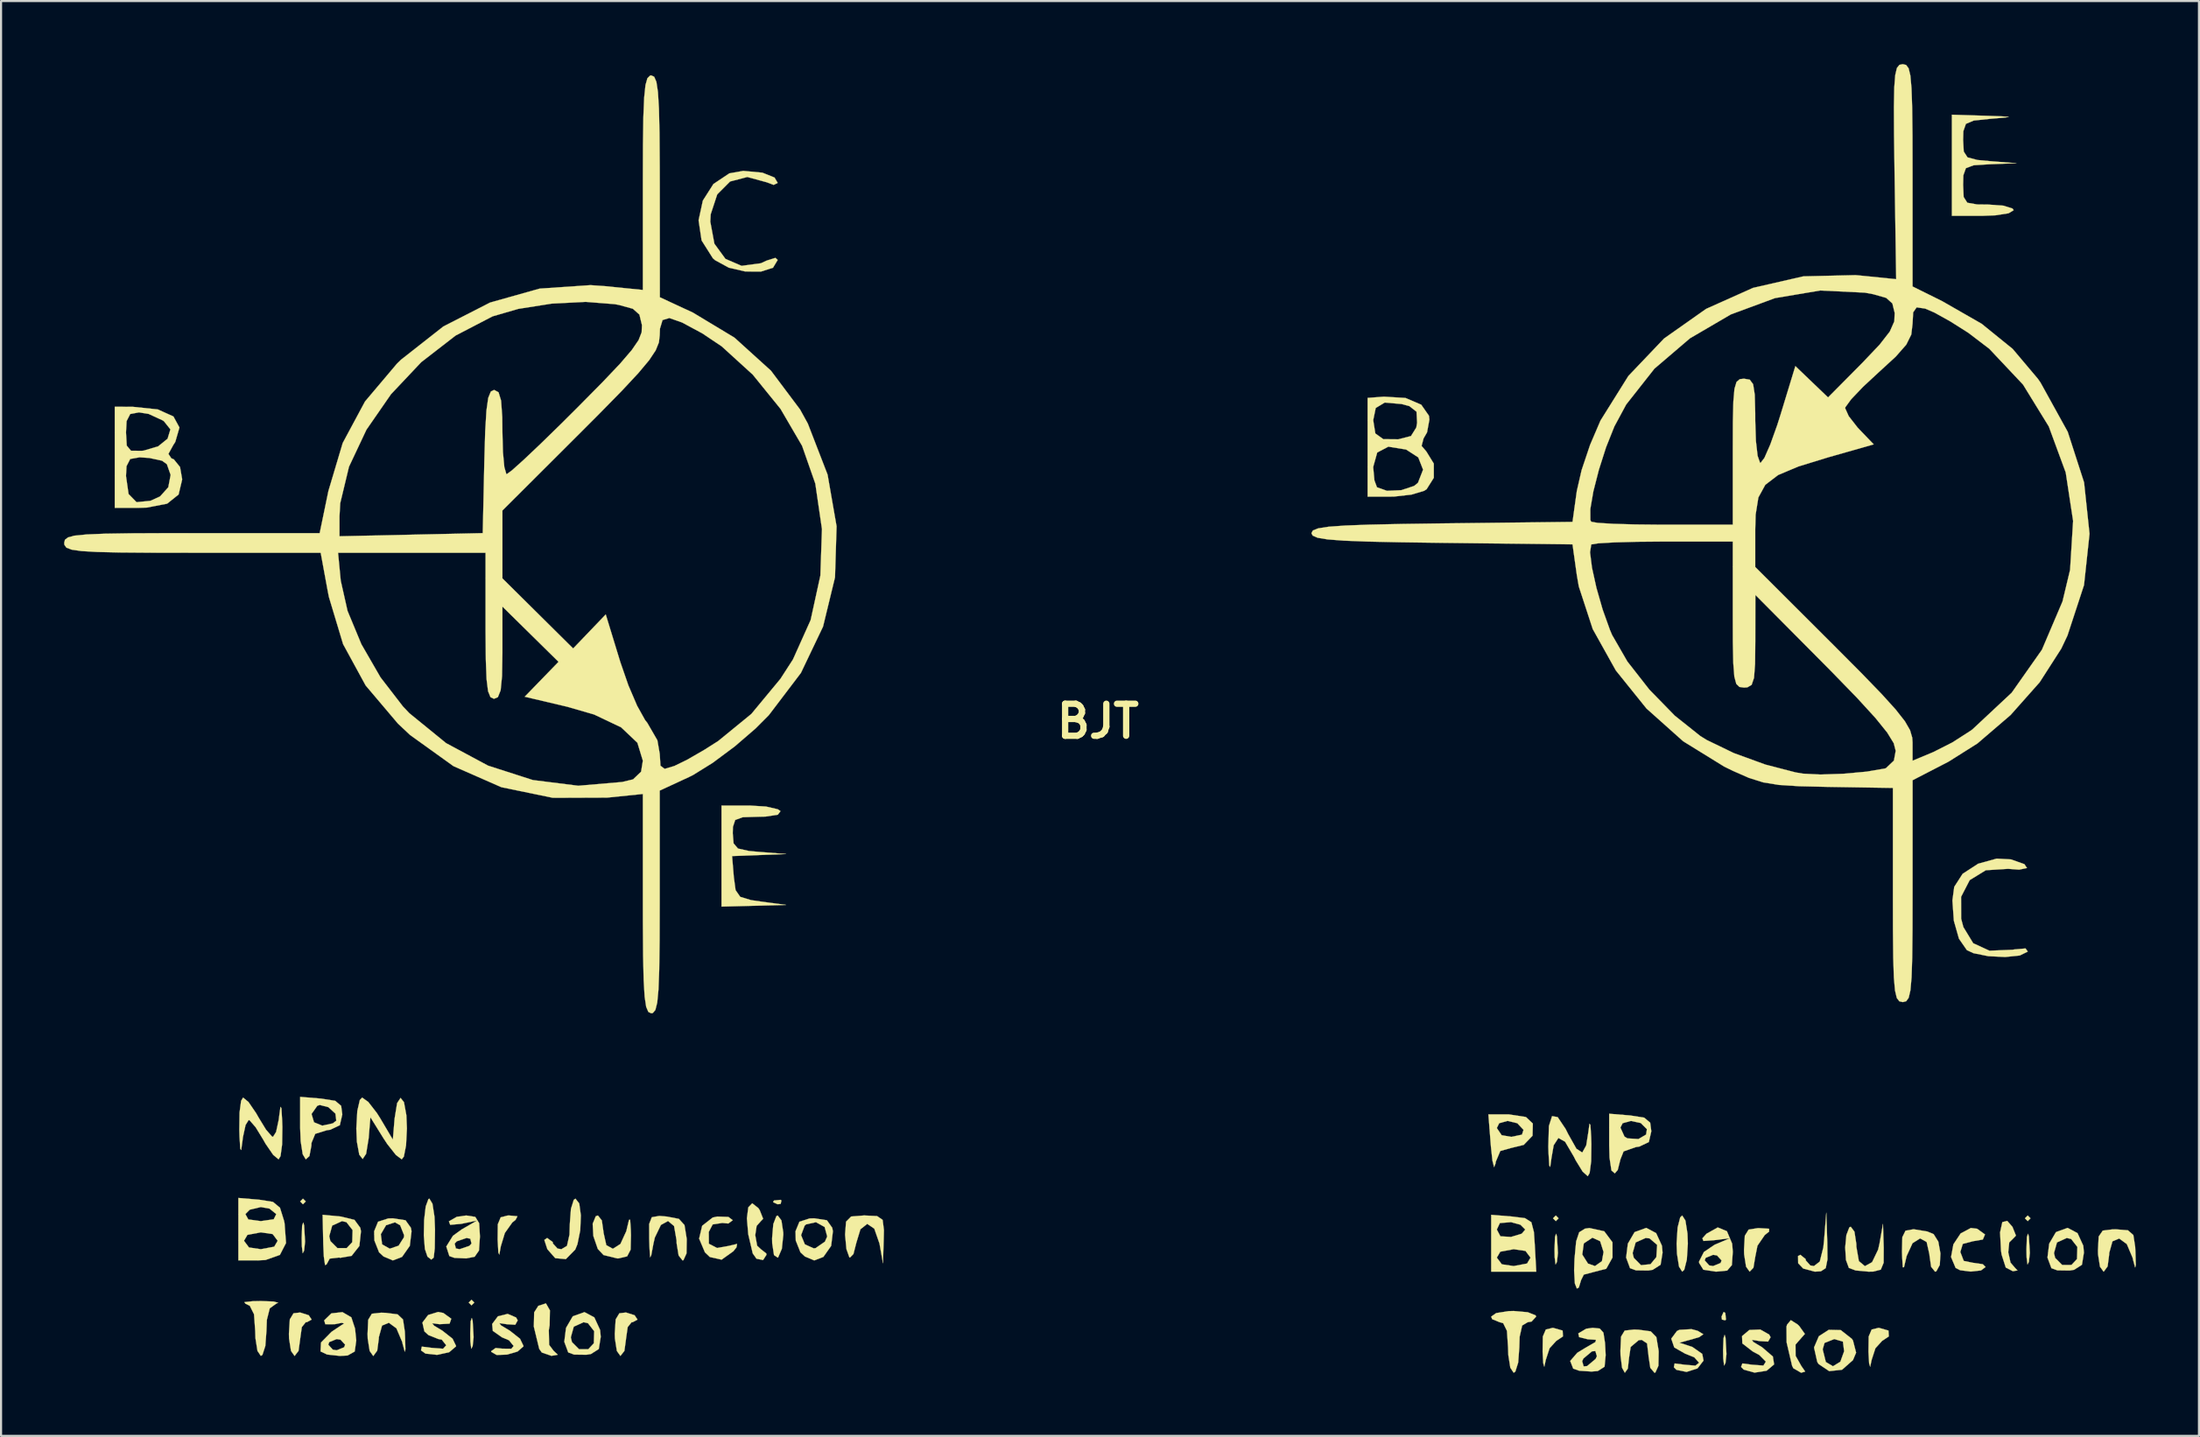
<source format=kicad_pcb>
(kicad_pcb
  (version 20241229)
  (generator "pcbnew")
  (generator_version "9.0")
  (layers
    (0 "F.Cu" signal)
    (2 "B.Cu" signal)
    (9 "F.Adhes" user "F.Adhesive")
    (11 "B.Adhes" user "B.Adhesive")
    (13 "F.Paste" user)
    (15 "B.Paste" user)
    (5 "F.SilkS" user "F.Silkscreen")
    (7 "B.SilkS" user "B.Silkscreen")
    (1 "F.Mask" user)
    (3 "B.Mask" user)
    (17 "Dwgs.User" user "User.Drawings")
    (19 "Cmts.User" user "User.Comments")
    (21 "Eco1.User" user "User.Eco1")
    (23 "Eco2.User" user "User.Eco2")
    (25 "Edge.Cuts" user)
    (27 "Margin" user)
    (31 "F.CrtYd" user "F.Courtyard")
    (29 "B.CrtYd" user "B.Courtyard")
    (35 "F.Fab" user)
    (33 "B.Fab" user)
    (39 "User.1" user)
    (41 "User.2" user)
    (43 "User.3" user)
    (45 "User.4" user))
  (footprint "BJT"
    (layer "F.Cu")
    (at 49.201 31.287)
    (property "Reference" "BJT" (at 0 0 0) (layer "F.SilkS") (effects (font (size 1.524 1.524) (thickness 0.3))))
    (attr through_hole)
    (fp_poly (pts (xy 30.079 24.61) (xy 30.074 24.612) (xy 30.074 24.611) (xy 30.079 24.61)) (stroke (width 0.01) (type solid)) (fill yes) (layer "F.SilkS"))
    (fp_poly (pts (xy -37.699 22.86) (xy -37.833 22.994) (xy -37.966 22.86) (xy -37.833 22.726) (xy -37.699 22.86)) (stroke (width 0.01) (type solid)) (fill yes) (layer "F.SilkS"))
    (fp_poly (pts (xy -29.678 27.673) (xy -29.812 27.806) (xy -29.945 27.673) (xy -29.812 27.539) (xy -29.678 27.673)) (stroke (width 0.01) (type solid)) (fill yes) (layer "F.SilkS"))
    (fp_poly (pts (xy 21.924 23.662) (xy 21.791 23.796) (xy 21.657 23.662) (xy 21.791 23.528) (xy 21.924 23.662)) (stroke (width 0.01) (type solid)) (fill yes) (layer "F.SilkS"))
    (fp_poly (pts (xy 44.383 23.662) (xy 44.249 23.796) (xy 44.116 23.662) (xy 44.249 23.528) (xy 44.383 23.662)) (stroke (width 0.01) (type solid)) (fill yes) (layer "F.SilkS"))
    (fp_poly (pts (xy -15.062 22.815) (xy -15.098 22.974) (xy -15.24 22.994) (xy -15.46 22.896) (xy -15.418 22.815) (xy -15.101 22.783) (xy -15.062 22.815)) (stroke (width 0.01) (type solid)) (fill yes) (layer "F.SilkS"))
    (fp_poly (pts (xy 29.856 28.163) (xy 29.888 28.48) (xy 29.856 28.519) (xy 29.697 28.483) (xy 29.678 28.341) (xy 29.776 28.121) (xy 29.856 28.163)) (stroke (width 0.01) (type solid)) (fill yes) (layer "F.SilkS"))
    (fp_poly (pts (xy 29.933 24.275) (xy 30.074 24.611) (xy 29.319 24.705) (xy 28.816 24.741) (xy 28.766 24.615) (xy 28.964 24.395) (xy 29.498 24.097) (xy 29.933 24.275)) (stroke (width 0.01) (type solid)) (fill yes) (layer "F.SilkS"))
    (fp_poly (pts (xy -37.778 23.996) (xy -37.733 24.775) (xy -37.778 25.199) (xy -37.844 25.326) (xy -37.886 24.99) (xy -37.893 24.598) (xy -37.873 24.02) (xy -37.819 23.861) (xy -37.778 23.996)) (stroke (width 0.01) (type solid)) (fill yes) (layer "F.SilkS"))
    (fp_poly (pts (xy -29.757 28.542) (xy -29.712 29.321) (xy -29.757 29.745) (xy -29.823 29.871) (xy -29.865 29.536) (xy -29.872 29.143) (xy -29.852 28.565) (xy -29.798 28.406) (xy -29.757 28.542)) (stroke (width 0.01) (type solid)) (fill yes) (layer "F.SilkS"))
    (fp_poly (pts (xy 21.846 24.531) (xy 21.89 25.31) (xy 21.846 25.734) (xy 21.779 25.861) (xy 21.737 25.525) (xy 21.73 25.133) (xy 21.751 24.554) (xy 21.804 24.396) (xy 21.846 24.531)) (stroke (width 0.01) (type solid)) (fill yes) (layer "F.SilkS"))
    (fp_poly (pts (xy 29.867 29.344) (xy 29.911 30.123) (xy 29.867 30.547) (xy 29.8 30.674) (xy 29.759 30.338) (xy 29.751 29.945) (xy 29.772 29.367) (xy 29.825 29.208) (xy 29.867 29.344)) (stroke (width 0.01) (type solid)) (fill yes) (layer "F.SilkS"))
    (fp_poly (pts (xy 44.304 24.531) (xy 44.349 25.31) (xy 44.304 25.734) (xy 44.238 25.861) (xy 44.196 25.525) (xy 44.189 25.133) (xy 44.209 24.554) (xy 44.263 24.396) (xy 44.304 24.531)) (stroke (width 0.01) (type solid)) (fill yes) (layer "F.SilkS"))
    (fp_poly (pts (xy -15.062 23.763) (xy -14.975 24.339) (xy -14.973 24.448) (xy -15.043 25.114) (xy -15.216 25.516) (xy -15.24 25.534) (xy -15.416 25.413) (xy -15.502 24.849) (xy -15.507 24.614) (xy -15.449 23.938) (xy -15.303 23.559) (xy -15.24 23.528) (xy -15.062 23.763)) (stroke (width 0.01) (type solid)) (fill yes) (layer "F.SilkS"))
    (fp_poly (pts (xy 22.115 29.006) (xy 22.131 29.285) (xy 21.81 29.5) (xy 21.494 29.848) (xy 21.315 30.397) (xy 21.242 30.729) (xy 21.192 30.56) (xy 21.162 30.012) (xy 21.173 29.289) (xy 21.315 28.957) (xy 21.647 28.876) (xy 21.657 28.876) (xy 22.115 29.006)) (stroke (width 0.01) (type solid)) (fill yes) (layer "F.SilkS"))
    (fp_poly (pts (xy 27.959 23.769) (xy 28.056 24.384) (xy 28.074 24.865) (xy 28.026 25.628) (xy 27.903 26.112) (xy 27.806 26.202) (xy 27.654 25.962) (xy 27.557 25.347) (xy 27.539 24.865) (xy 27.587 24.103) (xy 27.71 23.619) (xy 27.806 23.528) (xy 27.959 23.769)) (stroke (width 0.01) (type solid)) (fill yes) (layer "F.SilkS"))
    (fp_poly (pts (xy 37.622 29.006) (xy 37.639 29.285) (xy 37.317 29.5) (xy 37.001 29.848) (xy 36.823 30.397) (xy 36.75 30.729) (xy 36.7 30.56) (xy 36.67 30.012) (xy 36.681 29.289) (xy 36.822 28.957) (xy 37.155 28.876) (xy 37.164 28.876) (xy 37.622 29.006)) (stroke (width 0.01) (type solid)) (fill yes) (layer "F.SilkS"))
    (fp_poly (pts (xy -31.67 22.968) (xy -31.573 23.592) (xy -31.549 24.197) (xy -31.561 25.087) (xy -31.611 25.533) (xy -31.725 25.629) (xy -31.906 25.489) (xy -32.03 25.123) (xy -32.081 24.476) (xy -32.066 23.737) (xy -31.991 23.097) (xy -31.862 22.747) (xy -31.817 22.726) (xy -31.67 22.968)) (stroke (width 0.01) (type solid)) (fill yes) (layer "F.SilkS"))
    (fp_poly (pts (xy -27.625 23.564) (xy -27.716 23.737) (xy -27.872 23.863) (xy -28.225 24.361) (xy -28.418 24.999) (xy -28.488 25.389) (xy -28.534 25.295) (xy -28.567 24.693) (xy -28.568 24.665) (xy -28.56 23.946) (xy -28.423 23.616) (xy -28.087 23.529) (xy -28.023 23.528) (xy -27.625 23.564)) (stroke (width 0.01) (type solid)) (fill yes) (layer "F.SilkS"))
    (fp_poly (pts (xy -26.081 28.043) (xy -26.094 28.754) (xy -26.133 28.988) (xy -26.117 29.687) (xy -25.905 29.97) (xy -25.706 30.157) (xy -26.007 30.209) (xy -26.01 30.209) (xy -26.467 30.051) (xy -26.589 29.878) (xy -26.846 28.818) (xy -26.83 28.14) (xy -26.632 27.83) (xy -26.27 27.712) (xy -26.081 28.043)) (stroke (width 0.01) (type solid)) (fill yes) (layer "F.SilkS"))
    (fp_poly (pts (xy 31.941 24.159) (xy 31.941 24.294) (xy 31.734 24.46) (xy 31.388 24.965) (xy 31.282 25.496) (xy 31.195 26.016) (xy 31.015 26.202) (xy 30.845 25.965) (xy 30.753 25.376) (xy 30.747 25.166) (xy 30.785 24.493) (xy 30.967 24.199) (xy 31.402 24.13) (xy 31.466 24.13) (xy 31.941 24.159)) (stroke (width 0.01) (type solid)) (fill yes) (layer "F.SilkS"))
    (fp_poly (pts (xy 33.291 28.71) (xy 33.378 28.794) (xy 33.644 29.166) (xy 33.486 29.344) (xy 33.199 29.673) (xy 33.203 30.211) (xy 33.475 30.694) (xy 33.659 30.958) (xy 33.466 31.015) (xy 33.095 30.801) (xy 33.035 30.681) (xy 32.775 29.568) (xy 32.769 28.817) (xy 32.797 28.723) (xy 32.975 28.511) (xy 33.291 28.71)) (stroke (width 0.01) (type solid)) (fill yes) (layer "F.SilkS"))
    (fp_poly (pts (xy 43.523 24.07) (xy 43.689 24.485) (xy 43.583 24.598) (xy 43.369 24.809) (xy 43.322 25.282) (xy 43.431 25.772) (xy 43.648 26.025) (xy 43.762 26.144) (xy 43.543 26.181) (xy 43.204 26.005) (xy 43.006 25.389) (xy 42.978 25.199) (xy 42.933 24.336) (xy 43.04 23.845) (xy 43.273 23.784) (xy 43.523 24.07)) (stroke (width 0.01) (type solid)) (fill yes) (layer "F.SilkS"))
    (fp_poly (pts (xy -37.558 28.277) (xy -37.42 28.484) (xy -37.647 28.607) (xy -37.699 28.608) (xy -37.887 28.841) (xy -37.966 29.401) (xy -37.966 29.411) (xy -38.044 29.974) (xy -38.23 30.213) (xy -38.234 30.213) (xy -38.402 29.976) (xy -38.495 29.385) (xy -38.501 29.16) (xy -38.459 28.475) (xy -38.283 28.184) (xy -37.966 28.147) (xy -37.558 28.277)) (stroke (width 0.01) (type solid)) (fill yes) (layer "F.SilkS"))
    (fp_poly (pts (xy -22.05 28.277) (xy -21.913 28.484) (xy -22.14 28.607) (xy -22.192 28.608) (xy -22.379 28.841) (xy -22.459 29.401) (xy -22.459 29.411) (xy -22.536 29.974) (xy -22.723 30.213) (xy -22.726 30.213) (xy -22.895 29.976) (xy -22.987 29.385) (xy -22.994 29.16) (xy -22.951 28.475) (xy -22.776 28.184) (xy -22.459 28.147) (xy -22.05 28.277)) (stroke (width 0.01) (type solid)) (fill yes) (layer "F.SilkS"))
    (fp_poly (pts (xy -16.164 23.173) (xy -16.097 23.272) (xy -15.933 23.685) (xy -16.04 23.796) (xy -16.243 24.025) (xy -16.309 24.464) (xy -16.218 24.967) (xy -16.042 25.133) (xy -15.783 25.336) (xy -15.775 25.4) (xy -15.937 25.649) (xy -16.25 25.585) (xy -16.428 25.333) (xy -16.641 24.424) (xy -16.706 23.663) (xy -16.639 23.14) (xy -16.453 22.947) (xy -16.164 23.173)) (stroke (width 0.01) (type solid)) (fill yes) (layer "F.SilkS"))
    (fp_poly (pts (xy 34.71 24.798) (xy 34.719 25.616) (xy 34.636 26.034) (xy 34.405 26.184) (xy 34.118 26.202) (xy 33.564 26.053) (xy 33.324 25.801) (xy 33.319 25.457) (xy 33.429 25.4) (xy 33.681 25.604) (xy 33.688 25.667) (xy 33.904 25.907) (xy 34.075 25.935) (xy 34.353 25.721) (xy 34.522 25.046) (xy 34.561 24.665) (xy 34.662 23.395) (xy 34.71 24.798)) (stroke (width 0.01) (type solid)) (fill yes) (layer "F.SilkS"))
    (fp_poly (pts (xy -39.231 27.623) (xy -39.015 27.681) (xy -39.103 27.723) (xy -39.413 27.948) (xy -39.551 28.494) (xy -39.571 29.029) (xy -39.624 29.74) (xy -39.761 30.162) (xy -39.838 30.213) (xy -39.998 29.974) (xy -40.094 29.371) (xy -40.105 29.029) (xy -40.162 28.229) (xy -40.364 27.827) (xy -40.573 27.723) (xy -40.621 27.653) (xy -40.226 27.609) (xy -39.838 27.601) (xy -39.231 27.623)) (stroke (width 0.01) (type solid)) (fill yes) (layer "F.SilkS"))
    (fp_poly (pts (xy 41.84 24.159) (xy 42.216 24.431) (xy 42.113 24.673) (xy 41.643 24.753) (xy 41.158 24.881) (xy 41.041 25.266) (xy 41.205 25.691) (xy 41.643 25.78) (xy 42.112 25.847) (xy 42.244 25.98) (xy 42.024 26.144) (xy 41.535 26.198) (xy 41.033 26.134) (xy 40.818 26.024) (xy 40.6 25.506) (xy 40.712 24.9) (xy 41.058 24.381) (xy 41.543 24.123) (xy 41.84 24.159)) (stroke (width 0.01) (type solid)) (fill yes) (layer "F.SilkS"))
    (fp_poly (pts (xy -17.584 23.597) (xy -17.379 23.753) (xy -17.59 23.91) (xy -17.877 23.883) (xy -18.335 23.954) (xy -18.52 24.309) (xy -18.516 24.873) (xy -18.125 25.075) (xy -17.579 24.978) (xy -17.172 24.881) (xy -17.202 25.044) (xy -17.347 25.228) (xy -17.911 25.631) (xy -18.47 25.505) (xy -18.704 25.281) (xy -18.979 24.63) (xy -18.835 24.018) (xy -18.334 23.626) (xy -18.114 23.578) (xy -17.584 23.597)) (stroke (width 0.01) (type solid)) (fill yes) (layer "F.SilkS"))
    (fp_poly (pts (xy -24.684 22.957) (xy -24.608 23.522) (xy -24.637 24.232) (xy -24.771 24.897) (xy -24.875 25.15) (xy -25.323 25.605) (xy -25.827 25.559) (xy -26.202 25.133) (xy -26.347 24.693) (xy -26.212 24.598) (xy -25.944 24.796) (xy -25.935 24.865) (xy -25.718 25.102) (xy -25.534 25.133) (xy -25.269 24.975) (xy -25.149 24.44) (xy -25.133 23.929) (xy -25.08 23.212) (xy -24.945 22.782) (xy -24.865 22.726) (xy -24.684 22.957)) (stroke (width 0.01) (type solid)) (fill yes) (layer "F.SilkS"))
    (fp_poly (pts (xy -10.51 23.556) (xy -10.246 23.737) (xy -10.185 24.221) (xy -10.195 24.665) (xy -10.23 25.801) (xy -10.396 24.865) (xy -10.643 24.155) (xy -10.979 23.927) (xy -11.303 24.185) (xy -11.497 24.823) (xy -11.635 25.362) (xy -11.803 25.533) (xy -11.831 25.514) (xy -11.969 25.128) (xy -12.031 24.468) (xy -12.032 24.42) (xy -11.987 23.822) (xy -11.745 23.577) (xy -11.141 23.528) (xy -11.096 23.528) (xy -10.51 23.556)) (stroke (width 0.01) (type solid)) (fill yes) (layer "F.SilkS"))
    (fp_poly (pts (xy 37.396 25.066) (xy 37.392 25.779) (xy 37.256 26.107) (xy 36.894 26.198) (xy 36.674 26.202) (xy 36.062 26.145) (xy 35.738 26.024) (xy 35.599 25.646) (xy 35.562 25.05) (xy 35.619 24.459) (xy 35.759 24.095) (xy 35.827 24.063) (xy 36.003 24.299) (xy 36.092 24.879) (xy 36.095 25.019) (xy 36.214 25.7) (xy 36.5 25.94) (xy 36.842 25.751) (xy 37.13 25.152) (xy 37.196 24.862) (xy 37.361 23.929) (xy 37.396 25.066)) (stroke (width 0.01) (type solid)) (fill yes) (layer "F.SilkS"))
    (fp_poly (pts (xy -23.61 23.761) (xy -23.529 24.324) (xy -23.528 24.35) (xy -23.396 24.941) (xy -23.085 25.113) (xy -22.725 24.884) (xy -22.444 24.272) (xy -22.426 24.194) (xy -22.317 23.736) (xy -22.261 23.731) (xy -22.231 24.215) (xy -22.223 24.464) (xy -22.24 25.156) (xy -22.404 25.472) (xy -22.806 25.569) (xy -22.866 25.573) (xy -23.528 25.411) (xy -23.801 25.122) (xy -24.013 24.506) (xy -24.045 23.92) (xy -23.898 23.563) (xy -23.796 23.528) (xy -23.61 23.761)) (stroke (width 0.01) (type solid)) (fill yes) (layer "F.SilkS"))
    (fp_poly (pts (xy 20.455 28.133) (xy 20.827 28.281) (xy 20.855 28.341) (xy 20.638 28.578) (xy 20.454 28.608) (xy 20.189 28.766) (xy 20.069 29.301) (xy 20.053 29.812) (xy 20 30.529) (xy 19.865 30.96) (xy 19.785 31.015) (xy 19.626 30.776) (xy 19.53 30.171) (xy 19.518 29.812) (xy 19.465 29.019) (xy 19.287 28.657) (xy 19.117 28.608) (xy 18.761 28.464) (xy 18.716 28.341) (xy 18.953 28.174) (xy 19.546 28.081) (xy 19.785 28.074) (xy 20.455 28.133)) (stroke (width 0.01) (type solid)) (fill yes) (layer "F.SilkS"))
    (fp_poly (pts (xy 30.183 24.87) (xy 30.213 25.258) (xy 30.169 25.89) (xy 29.946 26.151) (xy 29.411 26.202) (xy 28.812 26.109) (xy 28.611 25.786) (xy 28.608 25.719) (xy 28.635 25.667) (xy 28.876 25.667) (xy 29.092 25.905) (xy 29.277 25.935) (xy 29.633 25.79) (xy 29.678 25.667) (xy 29.461 25.43) (xy 29.277 25.4) (xy 28.921 25.544) (xy 28.876 25.667) (xy 28.635 25.667) (xy 28.837 25.267) (xy 29.344 24.923) (xy 30.074 24.612) (xy 30.183 24.87)) (stroke (width 0.01) (type solid)) (fill yes) (layer "F.SilkS"))
    (fp_poly (pts (xy -33.889 28.164) (xy -33.329 28.234) (xy -33.072 28.478) (xy -32.985 29.054) (xy -32.975 29.277) (xy -32.957 29.896) (xy -32.988 30.013) (xy -33.085 29.659) (xy -33.11 29.547) (xy -33.385 28.9) (xy -33.747 28.635) (xy -34.069 28.769) (xy -34.222 29.322) (xy -34.223 29.391) (xy -34.299 29.963) (xy -34.482 30.212) (xy -34.491 30.213) (xy -34.659 29.976) (xy -34.752 29.386) (xy -34.758 29.166) (xy -34.728 28.493) (xy -34.554 28.205) (xy -34.105 28.155) (xy -33.889 28.164)) (stroke (width 0.01) (type solid)) (fill yes) (layer "F.SilkS"))
    (fp_poly (pts (xy -20.521 23.578) (xy -19.943 23.689) (xy -19.676 23.983) (xy -19.571 24.634) (xy -19.569 24.665) (xy -19.58 25.334) (xy -19.727 25.657) (xy -19.769 25.667) (xy -19.955 25.432) (xy -20.05 24.852) (xy -20.053 24.712) (xy -20.172 24.03) (xy -20.458 23.791) (xy -20.799 23.979) (xy -21.088 24.579) (xy -21.154 24.868) (xy -21.258 25.424) (xy -21.311 25.519) (xy -21.339 25.124) (xy -21.354 24.648) (xy -21.356 23.931) (xy -21.232 23.611) (xy -20.875 23.549) (xy -20.521 23.578)) (stroke (width 0.01) (type solid)) (fill yes) (layer "F.SilkS"))
    (fp_poly (pts (xy 28.542 29.018) (xy 28.81 29.181) (xy 28.619 29.317) (xy 28.341 29.4) (xy 27.673 29.584) (xy 28.289 29.787) (xy 28.759 30.116) (xy 28.821 30.436) (xy 28.532 30.808) (xy 28.013 30.975) (xy 27.53 30.876) (xy 27.408 30.752) (xy 27.446 30.572) (xy 27.918 30.632) (xy 28.436 30.677) (xy 28.608 30.538) (xy 28.382 30.281) (xy 27.94 30.103) (xy 27.427 29.81) (xy 27.284 29.393) (xy 27.555 29.028) (xy 27.673 28.972) (xy 28.251 28.939) (xy 28.542 29.018)) (stroke (width 0.01) (type solid)) (fill yes) (layer "F.SilkS"))
    (fp_poly (pts (xy 31.944 29.196) (xy 32.012 29.323) (xy 31.894 29.531) (xy 31.498 29.508) (xy 31.125 29.448) (xy 31.186 29.546) (xy 31.607 29.8) (xy 32.12 30.242) (xy 32.18 30.617) (xy 31.823 30.918) (xy 31.248 31.008) (xy 30.733 30.865) (xy 30.607 30.737) (xy 30.669 30.572) (xy 31.126 30.632) (xy 31.669 30.673) (xy 31.787 30.485) (xy 31.477 30.171) (xy 31.154 29.996) (xy 30.668 29.619) (xy 30.653 29.271) (xy 30.999 28.979) (xy 31.523 28.957) (xy 31.944 29.196)) (stroke (width 0.01) (type solid)) (fill yes) (layer "F.SilkS"))
    (fp_poly (pts (xy 35.351 28.984) (xy 35.88 29.4) (xy 35.932 29.477) (xy 36.082 30.057) (xy 35.932 30.413) (xy 35.412 30.872) (xy 34.801 30.937) (xy 34.296 30.599) (xy 34.232 30.496) (xy 34.099 29.901) (xy 34.491 29.901) (xy 34.641 30.503) (xy 34.979 30.705) (xy 35.332 30.49) (xy 35.512 29.991) (xy 35.454 29.532) (xy 35.044 29.411) (xy 34.579 29.595) (xy 34.491 29.901) (xy 34.099 29.901) (xy 34.079 29.812) (xy 34.309 29.275) (xy 34.78 28.971) (xy 35.351 28.984)) (stroke (width 0.01) (type solid)) (fill yes) (layer "F.SilkS"))
    (fp_poly (pts (xy 38.835 24.186) (xy 39.469 24.289) (xy 39.771 24.415) (xy 39.994 24.772) (xy 40.095 25.335) (xy 40.065 25.882) (xy 39.897 26.189) (xy 39.838 26.202) (xy 39.652 25.969) (xy 39.571 25.407) (xy 39.571 25.38) (xy 39.438 24.789) (xy 39.128 24.618) (xy 38.767 24.847) (xy 38.486 25.459) (xy 38.468 25.537) (xy 38.36 25.991) (xy 38.303 25.993) (xy 38.273 25.507) (xy 38.265 25.254) (xy 38.281 24.56) (xy 38.433 24.252) (xy 38.801 24.186) (xy 38.835 24.186)) (stroke (width 0.01) (type solid)) (fill yes) (layer "F.SilkS"))
    (fp_poly (pts (xy 48.461 24.188) (xy 49.019 24.234) (xy 49.276 24.459) (xy 49.363 25.02) (xy 49.375 25.266) (xy 49.393 25.886) (xy 49.361 26.003) (xy 49.265 25.649) (xy 49.239 25.537) (xy 48.964 24.889) (xy 48.602 24.624) (xy 48.281 24.759) (xy 48.127 25.312) (xy 48.126 25.38) (xy 48.051 25.952) (xy 47.867 26.202) (xy 47.859 26.202) (xy 47.688 25.966) (xy 47.596 25.379) (xy 47.592 25.19) (xy 47.626 24.53) (xy 47.819 24.248) (xy 48.306 24.187) (xy 48.461 24.188)) (stroke (width 0.01) (type solid)) (fill yes) (layer "F.SilkS"))
    (fp_poly (pts (xy 19.556 18.715) (xy 20.368 18.84) (xy 20.697 19.151) (xy 20.683 19.731) (xy 20.263 20.167) (xy 19.637 20.32) (xy 19.149 20.458) (xy 18.935 20.964) (xy 18.922 21.055) (xy 18.854 21.226) (xy 18.775 20.919) (xy 18.703 20.253) (xy 18.633 19.366) (xy 18.983 19.366) (xy 19.214 19.706) (xy 19.674 19.785) (xy 20.179 19.68) (xy 20.254 19.451) (xy 19.957 19.135) (xy 19.493 19.025) (xy 19.096 19.135) (xy 18.983 19.366) (xy 18.633 19.366) (xy 18.582 18.715) (xy 19.556 18.715)) (stroke (width 0.01) (type solid)) (fill yes) (layer "F.SilkS"))
    (fp_poly (pts (xy 25.734 28.966) (xy 26.31 29.045) (xy 26.575 29.316) (xy 26.68 29.943) (xy 26.686 30.012) (xy 26.674 30.682) (xy 26.528 31.005) (xy 26.486 31.015) (xy 26.288 30.782) (xy 26.202 30.219) (xy 26.202 30.193) (xy 26.133 29.617) (xy 25.879 29.449) (xy 25.734 29.465) (xy 25.353 29.787) (xy 25.277 30.287) (xy 25.218 30.817) (xy 25.076 31.015) (xy 24.943 30.778) (xy 24.87 30.187) (xy 24.865 29.969) (xy 24.895 29.295) (xy 25.069 29.008) (xy 25.518 28.957) (xy 25.734 28.966)) (stroke (width 0.01) (type solid)) (fill yes) (layer "F.SilkS"))
    (fp_poly (pts (xy -32.952 23.755) (xy -32.697 24.112) (xy -32.665 24.278) (xy -32.749 24.974) (xy -33.118 25.5) (xy -33.555 25.667) (xy -33.997 25.48) (xy -34.211 25.281) (xy -34.433 24.719) (xy -34.441 24.421) (xy -34.128 24.421) (xy -34.065 24.904) (xy -33.703 25.109) (xy -33.28 24.965) (xy -33.029 24.568) (xy -33.02 24.464) (xy -33.208 23.994) (xy -33.454 23.853) (xy -33.878 23.991) (xy -34.128 24.421) (xy -34.441 24.421) (xy -34.444 24.278) (xy -34.259 23.825) (xy -33.772 23.669) (xy -33.555 23.662) (xy -32.952 23.755)) (stroke (width 0.01) (type solid)) (fill yes) (layer "F.SilkS"))
    (fp_poly (pts (xy -27.691 28.383) (xy -27.613 28.521) (xy -27.729 28.729) (xy -28.125 28.706) (xy -28.484 28.652) (xy -28.411 28.757) (xy -27.99 29.011) (xy -27.503 29.395) (xy -27.337 29.741) (xy -27.342 29.762) (xy -27.621 30.005) (xy -28.122 30.151) (xy -28.615 30.168) (xy -28.872 30.021) (xy -28.876 29.988) (xy -28.663 29.836) (xy -28.341 29.868) (xy -27.915 29.873) (xy -27.806 29.74) (xy -28.03 29.468) (xy -28.364 29.327) (xy -28.798 29.022) (xy -28.829 28.694) (xy -28.555 28.328) (xy -28.09 28.212) (xy -27.691 28.383)) (stroke (width 0.01) (type solid)) (fill yes) (layer "F.SilkS"))
    (fp_poly (pts (xy -23.968 28.377) (xy -23.692 28.977) (xy -23.662 29.306) (xy -23.755 29.885) (xy -24.128 30.123) (xy -24.341 30.158) (xy -24.925 30.151) (xy -25.209 30.047) (xy -25.396 29.541) (xy -25.37 29.329) (xy -25.086 29.329) (xy -25.031 29.557) (xy -24.696 29.892) (xy -24.253 29.892) (xy -23.991 29.611) (xy -23.973 29.037) (xy -24.268 28.658) (xy -24.477 28.608) (xy -24.945 28.821) (xy -25.086 29.329) (xy -25.37 29.329) (xy -25.314 28.88) (xy -25.002 28.344) (xy -24.977 28.322) (xy -24.436 28.129) (xy -23.968 28.377)) (stroke (width 0.01) (type solid)) (fill yes) (layer "F.SilkS"))
    (fp_poly (pts (xy 26.565 24.367) (xy 26.841 24.967) (xy 26.871 25.295) (xy 26.777 25.874) (xy 26.404 26.113) (xy 26.192 26.148) (xy 25.608 26.14) (xy 25.323 26.036) (xy 25.137 25.531) (xy 25.163 25.318) (xy 25.446 25.318) (xy 25.502 25.546) (xy 25.846 25.894) (xy 26.297 25.847) (xy 26.575 25.51) (xy 26.613 24.927) (xy 26.252 24.618) (xy 26.068 24.598) (xy 25.59 24.81) (xy 25.446 25.318) (xy 25.163 25.318) (xy 25.219 24.869) (xy 25.531 24.334) (xy 25.556 24.312) (xy 26.097 24.118) (xy 26.565 24.367)) (stroke (width 0.01) (type solid)) (fill yes) (layer "F.SilkS"))
    (fp_poly (pts (xy 46.618 24.367) (xy 46.894 24.967) (xy 46.923 25.295) (xy 46.83 25.874) (xy 46.457 26.113) (xy 46.245 26.148) (xy 45.661 26.14) (xy 45.376 26.036) (xy 45.189 25.531) (xy 45.216 25.318) (xy 45.499 25.318) (xy 45.554 25.546) (xy 45.889 25.882) (xy 46.332 25.881) (xy 46.594 25.601) (xy 46.612 25.026) (xy 46.317 24.647) (xy 46.108 24.598) (xy 45.641 24.811) (xy 45.499 25.318) (xy 45.216 25.318) (xy 45.271 24.869) (xy 45.584 24.334) (xy 45.609 24.312) (xy 46.149 24.118) (xy 46.618 24.367)) (stroke (width 0.01) (type solid)) (fill yes) (layer "F.SilkS"))
    (fp_poly (pts (xy -36.028 23.578) (xy -35.382 23.736) (xy -35.105 24.113) (xy -35.072 24.278) (xy -35.149 24.981) (xy -35.518 25.45) (xy -36.061 25.543) (xy -36.111 25.529) (xy -36.56 25.581) (xy -36.71 25.857) (xy -36.782 25.889) (xy -36.84 25.48) (xy -36.866 24.915) (xy -36.875 24.516) (xy -36.583 24.516) (xy -36.528 24.744) (xy -36.193 25.08) (xy -35.75 25.079) (xy -35.488 24.798) (xy -35.47 24.224) (xy -35.765 23.845) (xy -35.974 23.796) (xy -36.442 24.009) (xy -36.583 24.516) (xy -36.875 24.516) (xy -36.897 23.495) (xy -36.028 23.578)) (stroke (width 0.01) (type solid)) (fill yes) (layer "F.SilkS"))
    (fp_poly (pts (xy -34.723 18.124) (xy -34.312 18.654) (xy -34.147 18.916) (xy -33.555 19.919) (xy -33.472 18.916) (xy -33.352 18.178) (xy -33.188 17.93) (xy -33.026 18.134) (xy -32.912 18.755) (xy -32.886 19.384) (xy -32.927 20.19) (xy -33.031 20.724) (xy -33.132 20.855) (xy -33.41 20.647) (xy -33.822 20.124) (xy -34.001 19.852) (xy -34.624 18.849) (xy -34.707 19.852) (xy -34.827 20.59) (xy -34.991 20.839) (xy -35.153 20.634) (xy -35.267 20.013) (xy -35.293 19.384) (xy -35.247 18.554) (xy -35.126 18.028) (xy -35.016 17.914) (xy -34.723 18.124)) (stroke (width 0.01) (type solid)) (fill yes) (layer "F.SilkS"))
    (fp_poly (pts (xy -31.152 28.169) (xy -30.774 28.444) (xy -30.855 28.677) (xy -31.336 28.704) (xy -31.349 28.702) (xy -31.687 28.656) (xy -31.591 28.774) (xy -31.199 29.011) (xy -30.712 29.395) (xy -30.546 29.741) (xy -30.551 29.762) (xy -30.878 30.039) (xy -31.453 30.163) (xy -32.001 30.103) (xy -32.215 29.95) (xy -32.177 29.77) (xy -31.706 29.83) (xy -31.164 29.871) (xy -31.015 29.707) (xy -31.228 29.438) (xy -31.383 29.411) (xy -31.861 29.222) (xy -32.055 29.045) (xy -32.148 28.625) (xy -31.876 28.265) (xy -31.399 28.12) (xy -31.152 28.169)) (stroke (width 0.01) (type solid)) (fill yes) (layer "F.SilkS"))
    (fp_poly (pts (xy -12.899 23.755) (xy -12.645 24.112) (xy -12.613 24.278) (xy -12.696 24.974) (xy -13.066 25.5) (xy -13.502 25.667) (xy -13.945 25.48) (xy -14.158 25.281) (xy -14.381 24.719) (xy -14.387 24.465) (xy -14.128 24.465) (xy -13.947 24.903) (xy -13.527 25.092) (xy -13.439 25.082) (xy -12.993 24.774) (xy -12.884 24.527) (xy -13.006 24.077) (xy -13.419 23.847) (xy -13.887 23.95) (xy -13.957 24.01) (xy -14.128 24.465) (xy -14.387 24.465) (xy -14.392 24.278) (xy -14.206 23.825) (xy -13.72 23.669) (xy -13.502 23.662) (xy -12.899 23.755)) (stroke (width 0.01) (type solid)) (fill yes) (layer "F.SilkS"))
    (fp_poly (pts (xy -15.795 4.06) (xy -15.24 4.188) (xy -15.106 4.278) (xy -15.233 4.448) (xy -15.815 4.537) (xy -16.16 4.545) (xy -16.906 4.568) (xy -17.262 4.699) (xy -17.371 5.03) (xy -17.379 5.333) (xy -17.34 5.811) (xy -17.13 6.059) (xy -16.608 6.175) (xy -16.109 6.22) (xy -14.839 6.32) (xy -16.125 6.369) (xy -17.411 6.417) (xy -17.328 7.419) (xy -17.244 8.04) (xy -17.023 8.358) (xy -16.511 8.514) (xy -16.042 8.582) (xy -14.839 8.743) (xy -16.376 8.783) (xy -17.914 8.823) (xy -17.914 4.011) (xy -16.593 4.011) (xy -15.795 4.06)) (stroke (width 0.01) (type solid)) (fill yes) (layer "F.SilkS"))
    (fp_poly (pts (xy 21.879 18.844) (xy 22.258 19.41) (xy 22.379 19.652) (xy 22.772 20.351) (xy 23.05 20.531) (xy 23.238 20.191) (xy 23.334 19.585) (xy 23.394 19.158) (xy 23.438 19.22) (xy 23.473 19.792) (xy 23.483 20.119) (xy 23.473 20.945) (xy 23.401 21.503) (xy 23.311 21.657) (xy 23.067 21.439) (xy 22.735 20.898) (xy 22.646 20.721) (xy 22.232 20.016) (xy 21.913 19.838) (xy 21.689 20.185) (xy 21.584 20.788) (xy 21.524 21.215) (xy 21.48 21.152) (xy 21.445 20.581) (xy 21.434 20.253) (xy 21.462 19.27) (xy 21.612 18.799) (xy 21.879 18.844)) (stroke (width 0.01) (type solid)) (fill yes) (layer "F.SilkS"))
    (fp_poly (pts (xy 25.333 18.766) (xy 25.999 18.871) (xy 26.282 19.11) (xy 26.336 19.518) (xy 26.218 20.032) (xy 25.764 20.248) (xy 25.601 20.271) (xy 25.016 20.477) (xy 24.865 20.857) (xy 24.738 21.361) (xy 24.598 21.523) (xy 24.438 21.385) (xy 24.347 20.775) (xy 24.331 20.186) (xy 24.331 19.343) (xy 24.865 19.343) (xy 25.057 19.769) (xy 25.199 19.857) (xy 25.724 19.888) (xy 26.086 19.676) (xy 26.126 19.418) (xy 25.833 19.126) (xy 25.368 19.027) (xy 24.972 19.134) (xy 24.865 19.343) (xy 24.331 19.343) (xy 24.331 18.684) (xy 25.333 18.766)) (stroke (width 0.01) (type solid)) (fill yes) (layer "F.SilkS"))
    (fp_poly (pts (xy -36.964 17.964) (xy -36.298 18.069) (xy -36.015 18.308) (xy -35.961 18.716) (xy -36.079 19.23) (xy -36.533 19.446) (xy -36.696 19.469) (xy -37.249 19.641) (xy -37.428 20.076) (xy -37.432 20.204) (xy -37.525 20.698) (xy -37.699 20.855) (xy -37.845 20.613) (xy -37.942 19.988) (xy -37.966 19.368) (xy -37.966 18.695) (xy -37.425 18.695) (xy -37.307 19.091) (xy -36.913 19.251) (xy -36.411 19.142) (xy -36.247 19.013) (xy -36.288 18.679) (xy -36.623 18.372) (xy -37.033 18.266) (xy -37.152 18.307) (xy -37.425 18.695) (xy -37.966 18.695) (xy -37.966 17.881) (xy -36.964 17.964)) (stroke (width 0.01) (type solid)) (fill yes) (layer "F.SilkS"))
    (fp_poly (pts (xy -29.632 23.595) (xy -29.448 23.896) (xy -29.411 24.531) (xy -29.457 25.198) (xy -29.663 25.493) (xy -30.064 25.571) (xy -30.622 25.546) (xy -30.866 25.46) (xy -31.012 25.005) (xy -30.925 24.865) (xy -30.614 24.865) (xy -30.556 25.097) (xy -30.378 25.133) (xy -29.916 24.976) (xy -29.812 24.865) (xy -29.869 24.634) (xy -30.047 24.598) (xy -30.509 24.755) (xy -30.614 24.865) (xy -30.925 24.865) (xy -30.695 24.494) (xy -30.279 24.192) (xy -29.544 23.768) (xy -30.302 23.926) (xy -30.825 23.972) (xy -30.888 23.807) (xy -30.513 23.591) (xy -30.063 23.528) (xy -29.632 23.595)) (stroke (width 0.01) (type solid)) (fill yes) (layer "F.SilkS"))
    (fp_poly (pts (xy 24.095 24.279) (xy 24.488 24.804) (xy 24.489 25.53) (xy 24.191 26.064) (xy 23.657 26.202) (xy 23.123 26.342) (xy 22.994 26.603) (xy 22.885 26.96) (xy 22.793 27.005) (xy 22.697 26.764) (xy 22.662 26.146) (xy 22.681 25.591) (xy 22.7 25.387) (xy 23.05 25.387) (xy 23.322 25.818) (xy 23.654 25.935) (xy 23.985 25.703) (xy 24.063 25.266) (xy 23.9 24.751) (xy 23.531 24.585) (xy 23.142 24.844) (xy 23.119 24.878) (xy 23.05 25.387) (xy 22.7 25.387) (xy 22.759 24.759) (xy 22.903 24.326) (xy 23.179 24.155) (xy 23.388 24.125) (xy 24.095 24.279)) (stroke (width 0.01) (type solid)) (fill yes) (layer "F.SilkS"))
    (fp_poly (pts (xy -15.968 -26.116) (xy -15.39 -25.884) (xy -15.24 -25.629) (xy -15.431 -25.535) (xy -15.757 -25.658) (xy -16.686 -25.911) (xy -17.505 -25.697) (xy -18.118 -25.082) (xy -18.429 -24.134) (xy -18.448 -23.785) (xy -18.253 -22.734) (xy -17.726 -22.012) (xy -16.958 -21.681) (xy -16.04 -21.804) (xy -15.757 -21.934) (xy -15.348 -22.061) (xy -15.24 -21.962) (xy -15.463 -21.592) (xy -16.03 -21.41) (xy -16.782 -21.412) (xy -17.564 -21.593) (xy -18.22 -21.95) (xy -18.327 -22.046) (xy -18.862 -22.891) (xy -19.005 -23.849) (xy -18.802 -24.788) (xy -18.299 -25.577) (xy -17.541 -26.084) (xy -16.878 -26.202) (xy -15.968 -26.116)) (stroke (width 0.01) (type solid)) (fill yes) (layer "F.SilkS"))
    (fp_poly (pts (xy 43.452 6.576) (xy 44.091 6.802) (xy 44.214 6.986) (xy 43.842 7.064) (xy 43.316 7.025) (xy 42.254 7.092) (xy 41.488 7.562) (xy 41.078 8.357) (xy 41.081 9.4) (xy 41.187 9.798) (xy 41.655 10.567) (xy 42.428 10.923) (xy 43.539 10.877) (xy 43.604 10.864) (xy 44.145 10.816) (xy 44.251 10.959) (xy 44.247 10.966) (xy 43.87 11.151) (xy 43.178 11.222) (xy 42.375 11.183) (xy 41.667 11.041) (xy 41.353 10.894) (xy 40.977 10.352) (xy 40.733 9.494) (xy 40.665 8.53) (xy 40.751 7.884) (xy 41.151 7.262) (xy 41.89 6.782) (xy 42.773 6.538) (xy 43.452 6.576)) (stroke (width 0.01) (type solid)) (fill yes) (layer "F.SilkS"))
    (fp_poly (pts (xy -35.533 28.375) (xy -35.529 28.382) (xy -35.355 28.911) (xy -35.297 29.477) (xy -35.37 30.003) (xy -35.71 30.194) (xy -36.079 30.213) (xy -36.684 30.147) (xy -36.997 29.999) (xy -36.979 29.678) (xy -36.629 29.678) (xy -36.413 29.915) (xy -36.228 29.945) (xy -35.873 29.801) (xy -35.827 29.678) (xy -36.044 29.441) (xy -36.228 29.411) (xy -36.584 29.555) (xy -36.629 29.678) (xy -36.979 29.678) (xy -36.973 29.573) (xy -36.478 29.069) (xy -36.228 28.901) (xy -35.87 28.664) (xy -35.994 28.639) (xy -36.311 28.703) (xy -36.769 28.706) (xy -36.823 28.521) (xy -36.481 28.188) (xy -35.953 28.129) (xy -35.533 28.375)) (stroke (width 0.01) (type solid)) (fill yes) (layer "F.SilkS"))
    (fp_poly (pts (xy 19.718 23.579) (xy 20.324 23.655) (xy 20.628 23.85) (xy 20.748 24.317) (xy 20.79 24.932) (xy 20.86 26.202) (xy 18.716 26.202) (xy 18.716 25.534) (xy 18.983 25.534) (xy 19.222 25.852) (xy 19.785 25.935) (xy 20.422 25.815) (xy 20.587 25.534) (xy 20.348 25.215) (xy 19.785 25.133) (xy 19.148 25.252) (xy 18.983 25.534) (xy 18.716 25.534) (xy 18.716 24.197) (xy 18.983 24.197) (xy 19.154 24.519) (xy 19.66 24.549) (xy 20.167 24.395) (xy 20.337 24.197) (xy 20.107 23.968) (xy 19.66 23.845) (xy 19.128 23.888) (xy 18.983 24.197) (xy 18.716 24.197) (xy 18.716 23.496) (xy 19.718 23.579)) (stroke (width 0.01) (type solid)) (fill yes) (layer "F.SilkS"))
    (fp_poly (pts (xy 23.882 28.91) (xy 24.057 29.106) (xy 24.133 29.604) (xy 24.163 30.174) (xy 24.111 30.728) (xy 23.788 30.933) (xy 23.488 30.957) (xy 22.902 30.918) (xy 22.619 30.818) (xy 22.48 30.463) (xy 23.044 30.463) (xy 23.117 30.712) (xy 23.278 30.697) (xy 23.683 30.359) (xy 23.746 30.229) (xy 23.673 29.981) (xy 23.512 29.995) (xy 23.107 30.334) (xy 23.044 30.463) (xy 22.48 30.463) (xy 22.476 30.453) (xy 22.81 30.066) (xy 23.194 29.831) (xy 23.673 29.555) (xy 23.702 29.446) (xy 23.312 29.421) (xy 22.901 29.32) (xy 22.86 29.143) (xy 23.237 28.919) (xy 23.544 28.876) (xy 23.882 28.91)) (stroke (width 0.01) (type solid)) (fill yes) (layer "F.SilkS"))
    (fp_poly (pts (xy -40.424 18.127) (xy -40.061 18.658) (xy -39.953 18.849) (xy -39.591 19.442) (xy -39.309 19.765) (xy -39.258 19.785) (xy -39.111 19.549) (xy -38.985 18.964) (xy -38.963 18.783) (xy -38.903 18.356) (xy -38.859 18.418) (xy -38.824 18.99) (xy -38.813 19.317) (xy -38.825 20.143) (xy -38.9 20.701) (xy -38.994 20.855) (xy -39.251 20.641) (xy -39.615 20.11) (xy -39.723 19.919) (xy -40.085 19.327) (xy -40.367 19.003) (xy -40.417 18.983) (xy -40.564 19.219) (xy -40.691 19.805) (xy -40.713 19.986) (xy -40.773 20.413) (xy -40.817 20.35) (xy -40.852 19.779) (xy -40.862 19.451) (xy -40.851 18.626) (xy -40.776 18.068) (xy -40.682 17.914) (xy -40.424 18.127)) (stroke (width 0.01) (type solid)) (fill yes) (layer "F.SilkS"))
    (fp_poly (pts (xy 42.177 -28.828) (xy 43.019 -28.799) (xy 43.348 -28.774) (xy 43.187 -28.742) (xy 42.557 -28.688) (xy 42.445 -28.679) (xy 41.68 -28.598) (xy 41.307 -28.44) (xy 41.186 -28.093) (xy 41.175 -27.673) (xy 41.204 -27.124) (xy 41.384 -26.844) (xy 41.858 -26.72) (xy 42.445 -26.666) (xy 43.715 -26.566) (xy 42.445 -26.518) (xy 41.679 -26.47) (xy 41.307 -26.332) (xy 41.186 -25.992) (xy 41.175 -25.534) (xy 41.2 -24.959) (xy 41.374 -24.686) (xy 41.842 -24.604) (xy 42.378 -24.598) (xy 43.095 -24.545) (xy 43.526 -24.41) (xy 43.581 -24.331) (xy 43.339 -24.184) (xy 42.716 -24.087) (xy 42.111 -24.063) (xy 40.64 -24.063) (xy 40.64 -28.876) (xy 42.177 -28.828)) (stroke (width 0.01) (type solid)) (fill yes) (layer "F.SilkS"))
    (fp_poly (pts (xy -39.915 22.777) (xy -39.261 22.881) (xy -38.927 23.158) (xy -38.735 23.774) (xy -38.709 23.898) (xy -38.639 24.838) (xy -38.93 25.404) (xy -39.618 25.648) (xy -40.004 25.667) (xy -40.907 25.667) (xy -40.907 24.732) (xy -40.64 24.732) (xy -40.401 25.05) (xy -39.838 25.133) (xy -39.201 25.013) (xy -39.036 24.732) (xy -39.275 24.413) (xy -39.838 24.331) (xy -40.475 24.45) (xy -40.64 24.732) (xy -40.907 24.732) (xy -40.907 23.462) (xy -40.573 23.462) (xy -40.434 23.715) (xy -39.838 23.796) (xy -39.225 23.708) (xy -39.103 23.462) (xy -39.425 23.201) (xy -39.838 23.127) (xy -40.367 23.253) (xy -40.573 23.462) (xy -40.907 23.462) (xy -40.907 22.694) (xy -39.915 22.777)) (stroke (width 0.01) (type solid)) (fill yes) (layer "F.SilkS"))
    (fp_poly (pts (xy 14.637 -15.391) (xy 15.386 -15.071) (xy 15.754 -14.544) (xy 15.775 -14.364) (xy 15.663 -13.755) (xy 15.496 -13.464) (xy 15.403 -13.11) (xy 15.63 -12.843) (xy 15.984 -12.267) (xy 15.984 -11.59) (xy 15.642 -11.047) (xy 15.525 -10.972) (xy 14.925 -10.791) (xy 14.1 -10.698) (xy 13.921 -10.695) (xy 12.834 -10.695) (xy 12.834 -12.085) (xy 13.101 -12.085) (xy 13.158 -11.469) (xy 13.279 -11.14) (xy 13.754 -10.971) (xy 14.435 -11.001) (xy 15.044 -11.202) (xy 15.229 -11.35) (xy 15.474 -11.978) (xy 15.245 -12.562) (xy 14.667 -12.936) (xy 13.821 -13.073) (xy 13.291 -12.794) (xy 13.101 -12.111) (xy 13.101 -12.085) (xy 12.834 -12.085) (xy 12.834 -14.333) (xy 13.101 -14.333) (xy 13.202 -13.701) (xy 13.583 -13.429) (xy 14.295 -13.423) (xy 14.898 -13.579) (xy 15.151 -13.985) (xy 15.189 -14.213) (xy 15.162 -14.737) (xy 14.821 -15.003) (xy 14.46 -15.102) (xy 13.65 -15.173) (xy 13.22 -14.914) (xy 13.101 -14.333) (xy 12.834 -14.333) (xy 12.834 -15.394) (xy 13.612 -15.453) (xy 14.637 -15.391)) (stroke (width 0.01) (type solid)) (fill yes) (layer "F.SilkS"))
    (fp_poly (pts (xy -45.921 -14.969) (xy -44.744 -14.847) (xy -43.998 -14.511) (xy -43.711 -13.985) (xy -43.91 -13.297) (xy -44.008 -13.145) (xy -44.236 -12.728) (xy -44.097 -12.52) (xy -43.978 -12.468) (xy -43.683 -12.104) (xy -43.581 -11.515) (xy -43.752 -10.795) (xy -44.297 -10.359) (xy -45.268 -10.172) (xy -45.702 -10.16) (xy -46.789 -10.16) (xy -46.789 -11.675) (xy -46.255 -11.675) (xy -46.132 -10.819) (xy -45.752 -10.43) (xy -45.092 -10.495) (xy -44.633 -10.704) (xy -44.242 -11.14) (xy -44.13 -11.728) (xy -44.31 -12.239) (xy -44.539 -12.404) (xy -45.143 -12.535) (xy -45.608 -12.566) (xy -46.054 -12.487) (xy -46.23 -12.145) (xy -46.255 -11.675) (xy -46.789 -11.675) (xy -46.789 -13.753) (xy -46.255 -13.753) (xy -46.219 -13.122) (xy -46.016 -12.879) (xy -45.503 -12.875) (xy -45.413 -12.884) (xy -44.726 -13.088) (xy -44.276 -13.451) (xy -44.141 -13.896) (xy -44.446 -14.278) (xy -44.501 -14.32) (xy -45.178 -14.632) (xy -45.637 -14.705) (xy -46.054 -14.627) (xy -46.226 -14.29) (xy -46.255 -13.753) (xy -46.789 -13.753) (xy -46.789 -14.973) (xy -45.921 -14.969)) (stroke (width 0.01) (type solid)) (fill yes) (layer "F.SilkS"))
    (fp_poly (pts (xy -21.117 -30.682) (xy -21.013 -30.441) (xy -20.94 -29.96) (xy -20.892 -29.173) (xy -20.865 -28.015) (xy -20.854 -26.419) (xy -20.852 -25.467) (xy -20.849 -20.186) (xy -19.27 -19.452) (xy -17.3 -18.265) (xy -15.56 -16.689) (xy -14.176 -14.843) (xy -13.806 -14.171) (xy -12.866 -11.741) (xy -12.438 -9.283) (xy -12.513 -6.853) (xy -13.082 -4.508) (xy -14.135 -2.302) (xy -15.662 -0.291) (xy -16.293 0.343) (xy -17.283 1.196) (xy -18.337 1.98) (xy -19.262 2.555) (xy -19.458 2.653) (xy -20.855 3.3) (xy -20.855 8.601) (xy -20.86 10.437) (xy -20.878 11.804) (xy -20.914 12.767) (xy -20.973 13.391) (xy -21.061 13.743) (xy -21.181 13.888) (xy -21.256 13.903) (xy -21.396 13.837) (xy -21.499 13.596) (xy -21.572 13.114) (xy -21.619 12.324) (xy -21.645 11.161) (xy -21.656 9.559) (xy -21.657 8.682) (xy -21.657 3.461) (xy -23.36 3.635) (xy -25.939 3.644) (xy -28.389 3.139) (xy -30.669 2.137) (xy -32.736 0.653) (xy -33.311 0.113) (xy -34.85 -1.705) (xy -35.923 -3.672) (xy -36.598 -5.916) (xy -36.66 -6.233) (xy -36.989 -8.021) (xy -36.163 -8.021) (xy -36.035 -6.691) (xy -35.712 -5.255) (xy -35.052 -3.666) (xy -34.143 -2.091) (xy -33.073 -0.703) (xy -32.77 -0.384) (xy -31.021 1.041) (xy -29.025 2.112) (xy -26.891 2.799) (xy -24.728 3.07) (xy -22.643 2.891) (xy -22.125 2.767) (xy -21.742 2.402) (xy -21.657 1.877) (xy -21.917 1.023) (xy -22.693 0.288) (xy -23.98 -0.323) (xy -25.261 -0.693) (xy -27.28 -1.169) (xy -25.67 -2.83) (xy -27.006 -4.146) (xy -28.341 -5.461) (xy -28.341 -3.265) (xy -28.359 -2.151) (xy -28.425 -1.477) (xy -28.556 -1.148) (xy -28.742 -1.069) (xy -28.909 -1.147) (xy -29.024 -1.432) (xy -29.095 -2.004) (xy -29.131 -2.942) (xy -29.143 -4.324) (xy -29.143 -4.545) (xy -29.143 -8.021) (xy -36.163 -8.021) (xy -36.989 -8.021) (xy -43.093 -8.021) (xy -45.056 -8.024) (xy -46.549 -8.035) (xy -47.634 -8.06) (xy -48.377 -8.103) (xy -48.84 -8.17) (xy -49.088 -8.264) (xy -49.184 -8.392) (xy -49.196 -8.489) (xy -49.161 -8.64) (xy -49.013 -8.754) (xy -48.689 -8.838) (xy -48.125 -8.894) (xy -47.255 -8.93) (xy -46.018 -8.949) (xy -44.347 -8.956) (xy -43.116 -8.957) (xy -37.037 -8.957) (xy -36.871 -9.758) (xy -36.095 -9.758) (xy -36.095 -8.807) (xy -32.686 -8.882) (xy -29.277 -8.957) (xy -29.253 -10.033) (xy -28.341 -10.033) (xy -28.341 -6.802) (xy -24.975 -3.466) (xy -23.423 -5.086) (xy -22.731 -2.822) (xy -22.347 -1.712) (xy -21.929 -0.736) (xy -21.551 -0.058) (xy -21.447 0.073) (xy -20.966 0.905) (xy -20.855 1.548) (xy -20.819 2.117) (xy -20.619 2.266) (xy -20.159 2.129) (xy -19.559 1.837) (xy -18.729 1.358) (xy -18.071 0.94) (xy -16.494 -0.349) (xy -15.11 -2.02) (xy -14.515 -2.941) (xy -13.672 -4.819) (xy -13.209 -6.936) (xy -13.133 -9.149) (xy -13.45 -11.315) (xy -14.079 -13.113) (xy -15.105 -14.871) (xy -16.426 -16.501) (xy -17.905 -17.848) (xy -18.824 -18.464) (xy -19.79 -18.984) (xy -20.395 -19.197) (xy -20.72 -19.1) (xy -20.844 -18.689) (xy -20.855 -18.378) (xy -20.894 -18.035) (xy -21.045 -17.66) (xy -21.356 -17.192) (xy -21.875 -16.572) (xy -22.652 -15.739) (xy -23.735 -14.634) (xy -24.598 -13.769) (xy -28.341 -10.033) (xy -29.253 -10.033) (xy -29.202 -12.366) (xy -29.16 -13.808) (xy -29.101 -14.792) (xy -29.016 -15.396) (xy -28.892 -15.698) (xy -28.734 -15.775) (xy -28.526 -15.663) (xy -28.404 -15.266) (xy -28.349 -14.488) (xy -28.341 -13.769) (xy -28.316 -12.811) (xy -28.25 -12.102) (xy -28.155 -11.773) (xy -28.136 -11.764) (xy -27.889 -11.944) (xy -27.333 -12.443) (xy -26.535 -13.198) (xy -25.562 -14.147) (xy -24.773 -14.932) (xy -23.593 -16.126) (xy -22.748 -17.016) (xy -22.188 -17.668) (xy -21.86 -18.146) (xy -21.715 -18.518) (xy -21.7 -18.848) (xy -21.702 -18.869) (xy -21.821 -19.36) (xy -22.133 -19.638) (xy -22.792 -19.819) (xy -22.994 -19.857) (xy -24.376 -19.966) (xy -25.992 -19.883) (xy -27.584 -19.633) (xy -28.809 -19.277) (xy -30.568 -18.363) (xy -32.204 -17.096) (xy -33.643 -15.57) (xy -34.813 -13.879) (xy -35.643 -12.118) (xy -36.06 -10.381) (xy -36.095 -9.758) (xy -36.871 -9.758) (xy -36.622 -10.962) (xy -35.941 -13.248) (xy -34.879 -15.225) (xy -33.365 -17.018) (xy -33.164 -17.214) (xy -31.151 -18.796) (xy -28.928 -19.933) (xy -26.569 -20.597) (xy -24.148 -20.762) (xy -23.464 -20.715) (xy -21.657 -20.533) (xy -21.657 -25.64) (xy -21.652 -27.438) (xy -21.633 -28.768) (xy -21.594 -29.696) (xy -21.532 -30.29) (xy -21.44 -30.615) (xy -21.313 -30.739) (xy -21.256 -30.747) (xy -21.117 -30.682)) (stroke (width 0.01) (type solid)) (fill yes) (layer "F.SilkS"))
    (fp_poly (pts (xy 38.461 -31.245) (xy 38.58 -31.087) (xy 38.664 -30.74) (xy 38.718 -30.136) (xy 38.75 -29.207) (xy 38.765 -27.882) (xy 38.768 -26.096) (xy 38.768 -25.99) (xy 38.768 -20.699) (xy 40.172 -20.003) (xy 42.055 -18.924) (xy 43.532 -17.727) (xy 44.732 -16.305) (xy 44.86 -16.12) (xy 46.153 -13.779) (xy 46.931 -11.369) (xy 47.19 -8.925) (xy 46.928 -6.484) (xy 46.141 -4.083) (xy 45.844 -3.456) (xy 44.817 -1.856) (xy 43.433 -0.297) (xy 41.856 1.056) (xy 40.482 1.922) (xy 38.77 2.807) (xy 38.769 8.088) (xy 38.766 9.898) (xy 38.752 11.242) (xy 38.721 12.189) (xy 38.667 12.806) (xy 38.584 13.163) (xy 38.467 13.327) (xy 38.308 13.369) (xy 38.301 13.369) (xy 38.138 13.331) (xy 38.017 13.17) (xy 37.934 12.817) (xy 37.879 12.202) (xy 37.849 11.255) (xy 37.835 9.907) (xy 37.833 8.271) (xy 37.833 3.173) (xy 34.752 3.124) (xy 33.39 3.093) (xy 32.41 3.031) (xy 31.658 2.909) (xy 30.98 2.695) (xy 30.223 2.362) (xy 29.806 2.159) (xy 27.851 0.952) (xy 26.106 -0.607) (xy 24.647 -2.42) (xy 23.548 -4.39) (xy 22.885 -6.418) (xy 22.792 -6.952) (xy 22.639 -8.044) (xy 23.419 -8.044) (xy 23.512 -7.31) (xy 23.722 -6.356) (xy 24.018 -5.322) (xy 24.367 -4.348) (xy 24.468 -4.11) (xy 25.196 -2.846) (xy 26.242 -1.508) (xy 27.451 -0.268) (xy 28.665 0.7) (xy 28.976 0.893) (xy 30.263 1.515) (xy 31.769 2.063) (xy 33.204 2.435) (xy 33.555 2.494) (xy 34.386 2.536) (xy 35.482 2.499) (xy 36.584 2.398) (xy 37.436 2.252) (xy 37.498 2.235) (xy 37.881 1.872) (xy 37.966 1.407) (xy 37.873 1.044) (xy 37.563 0.538) (xy 36.996 -0.164) (xy 36.127 -1.114) (xy 34.915 -2.362) (xy 34.627 -2.653) (xy 31.288 -6.016) (xy 31.285 -3.81) (xy 31.273 -2.724) (xy 31.223 -2.067) (xy 31.11 -1.733) (xy 30.907 -1.615) (xy 30.747 -1.604) (xy 30.529 -1.634) (xy 30.38 -1.779) (xy 30.287 -2.125) (xy 30.237 -2.758) (xy 30.216 -3.762) (xy 30.213 -5.08) (xy 30.213 -8.556) (xy 26.915 -8.556) (xy 25.642 -8.545) (xy 24.573 -8.516) (xy 23.817 -8.472) (xy 23.482 -8.419) (xy 23.477 -8.415) (xy 23.419 -8.044) (xy 22.639 -8.044) (xy 22.586 -8.422) (xy 16.373 -8.494) (xy 14.359 -8.522) (xy 12.819 -8.555) (xy 11.696 -8.599) (xy 10.928 -8.658) (xy 10.455 -8.736) (xy 10.22 -8.838) (xy 10.16 -8.957) (xy 10.231 -9.084) (xy 10.357 -9.134) (xy 31.282 -9.134) (xy 31.282 -7.345) (xy 35.025 -3.609) (xy 36.326 -2.302) (xy 37.29 -1.305) (xy 37.966 -0.558) (xy 38.403 -0.002) (xy 38.649 0.425) (xy 38.753 0.781) (xy 38.768 1.003) (xy 38.768 1.879) (xy 39.757 1.466) (xy 40.667 1.005) (xy 41.55 0.438) (xy 41.614 0.39) (xy 43.486 -1.359) (xy 44.925 -3.405) (xy 45.905 -5.704) (xy 46.265 -7.208) (xy 46.409 -9.538) (xy 46.058 -11.843) (xy 45.252 -14.035) (xy 44.026 -16.028) (xy 42.419 -17.734) (xy 41.422 -18.494) (xy 40.569 -19.034) (xy 39.809 -19.457) (xy 39.37 -19.646) (xy 38.962 -19.705) (xy 38.797 -19.466) (xy 38.768 -18.927) (xy 38.708 -18.411) (xy 38.469 -17.929) (xy 37.97 -17.361) (xy 37.164 -16.621) (xy 36.412 -15.923) (xy 35.849 -15.332) (xy 35.573 -14.954) (xy 35.56 -14.905) (xy 35.731 -14.525) (xy 36.152 -13.985) (xy 36.24 -13.891) (xy 36.92 -13.182) (xy 34.752 -12.565) (xy 33.339 -12.131) (xy 32.369 -11.722) (xy 31.76 -11.257) (xy 31.431 -10.655) (xy 31.3 -9.837) (xy 31.282 -9.134) (xy 10.357 -9.134) (xy 10.483 -9.184) (xy 10.976 -9.261) (xy 11.769 -9.318) (xy 12.923 -9.361) (xy 14.496 -9.394) (xy 16.373 -9.42) (xy 22.586 -9.492) (xy 22.671 -10.107) (xy 23.433 -10.107) (xy 23.435 -9.583) (xy 23.477 -9.498) (xy 23.784 -9.445) (xy 24.517 -9.4) (xy 25.569 -9.37) (xy 26.833 -9.358) (xy 26.915 -9.358) (xy 30.213 -9.358) (xy 30.213 -12.834) (xy 30.217 -14.253) (xy 30.24 -15.222) (xy 30.293 -15.827) (xy 30.39 -16.153) (xy 30.545 -16.286) (xy 30.747 -16.309) (xy 31.021 -16.262) (xy 31.181 -16.046) (xy 31.258 -15.551) (xy 31.281 -14.665) (xy 31.282 -14.304) (xy 31.313 -13.346) (xy 31.394 -12.637) (xy 31.51 -12.308) (xy 31.533 -12.299) (xy 31.717 -12.537) (xy 31.997 -13.175) (xy 32.327 -14.097) (xy 32.488 -14.604) (xy 33.191 -16.909) (xy 33.969 -16.163) (xy 34.747 -15.417) (xy 36.375 -17.06) (xy 37.199 -17.928) (xy 37.685 -18.552) (xy 37.9 -19.037) (xy 37.918 -19.44) (xy 37.808 -19.891) (xy 37.514 -20.156) (xy 36.894 -20.332) (xy 36.496 -20.405) (xy 34.377 -20.508) (xy 32.22 -20.145) (xy 30.12 -19.369) (xy 28.176 -18.232) (xy 26.483 -16.785) (xy 25.14 -15.08) (xy 24.577 -14.035) (xy 24.183 -13.047) (xy 23.84 -11.973) (xy 23.578 -10.949) (xy 23.433 -10.107) (xy 22.671 -10.107) (xy 22.79 -10.962) (xy 23.019 -11.958) (xy 23.423 -13.161) (xy 23.916 -14.313) (xy 23.922 -14.324) (xy 25.244 -16.439) (xy 26.941 -18.221) (xy 28.943 -19.632) (xy 31.176 -20.632) (xy 33.571 -21.181) (xy 36.056 -21.239) (xy 36.307 -21.216) (xy 37.989 -21.046) (xy 37.911 -26.164) (xy 37.887 -27.942) (xy 37.881 -29.254) (xy 37.898 -30.171) (xy 37.944 -30.763) (xy 38.023 -31.099) (xy 38.142 -31.249) (xy 38.301 -31.282) (xy 38.461 -31.245)) (stroke (width 0.01) (type solid)) (fill yes) (layer "F.SilkS")))
  (gr_rect
    (start -3 -3)
    (end 101.599 65.307)
    (stroke (width 0.1) (type default))
    (fill no)
    (layer "Edge.Cuts")))
</source>
